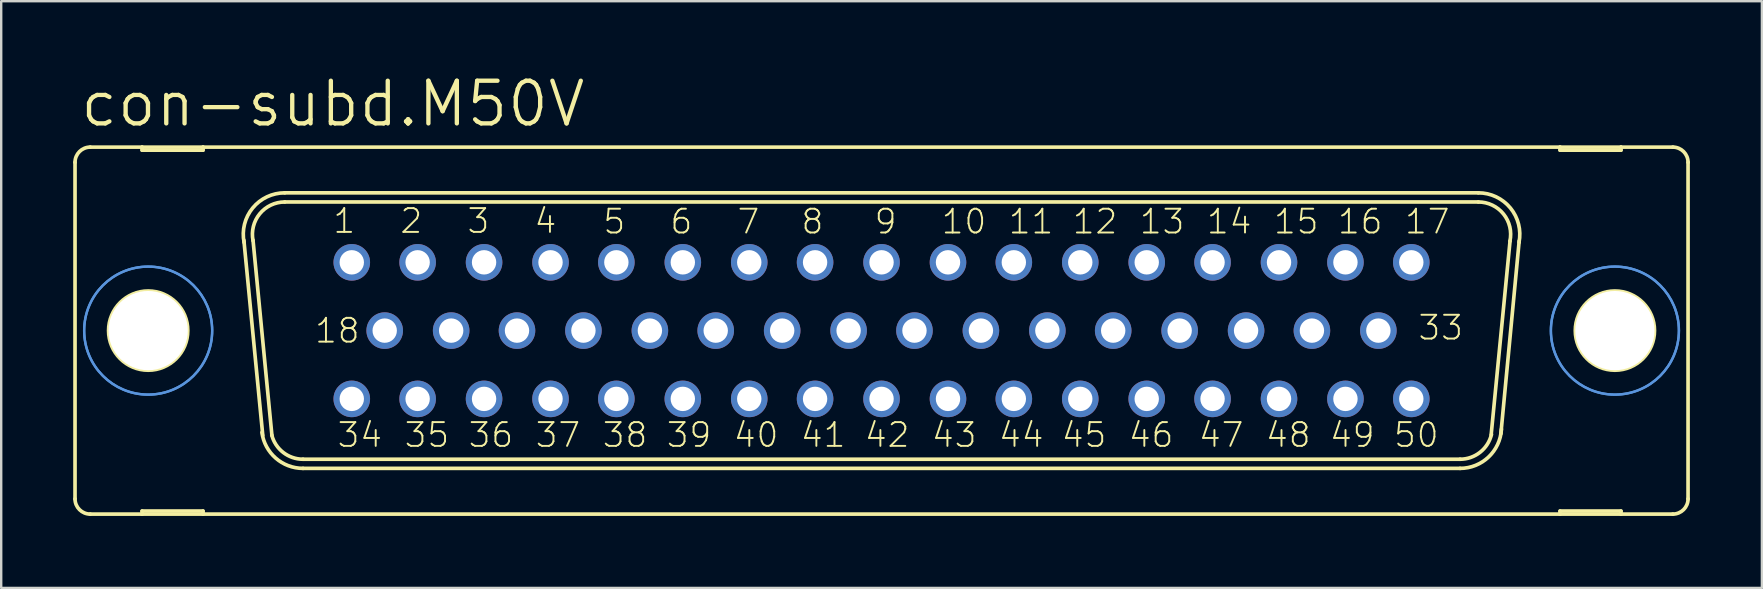
<source format=kicad_pcb>
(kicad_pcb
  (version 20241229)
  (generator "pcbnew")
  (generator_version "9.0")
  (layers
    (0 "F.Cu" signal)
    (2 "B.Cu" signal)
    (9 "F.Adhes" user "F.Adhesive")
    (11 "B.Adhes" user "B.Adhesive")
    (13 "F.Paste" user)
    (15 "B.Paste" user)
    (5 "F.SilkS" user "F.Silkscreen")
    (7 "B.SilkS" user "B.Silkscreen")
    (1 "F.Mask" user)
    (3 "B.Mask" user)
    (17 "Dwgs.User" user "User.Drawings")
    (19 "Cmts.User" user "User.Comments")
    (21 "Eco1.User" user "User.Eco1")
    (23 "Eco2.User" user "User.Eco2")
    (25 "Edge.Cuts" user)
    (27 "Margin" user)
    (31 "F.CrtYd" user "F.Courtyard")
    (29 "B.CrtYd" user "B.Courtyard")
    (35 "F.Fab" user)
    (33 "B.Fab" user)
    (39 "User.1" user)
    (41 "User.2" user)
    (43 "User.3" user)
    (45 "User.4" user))
  (footprint "con-subd.M50V"
    (layer "F.Cu")
    (at 33.68 10.725)
    (property "Reference" "con-subd.M50V" (at -33.477 -8.407 0) (layer "F.SilkS") (effects (font (size 1.778 1.778) (thickness 0.18)) (justify left bottom)))
    (attr through_hole)
    (fp_line (start -33.604 -7.01) (end -33.604 7.01) (stroke (width 0.152) (type default)) (layer "F.SilkS"))
    (fp_line (start -32.969 7.645) (end -30.81 7.645) (stroke (width 0.152) (type default)) (layer "F.SilkS"))
    (fp_line (start -30.81 -7.645) (end -32.969 -7.645) (stroke (width 0.152) (type default)) (layer "F.SilkS"))
    (fp_line (start -30.81 -7.645) (end -30.81 -7.518) (stroke (width 0.152) (type default)) (layer "F.SilkS"))
    (fp_line (start -30.81 -7.518) (end -28.27 -7.518) (stroke (width 0.152) (type default)) (layer "F.SilkS"))
    (fp_line (start -30.81 7.518) (end -28.27 7.518) (stroke (width 0.152) (type default)) (layer "F.SilkS"))
    (fp_line (start -30.81 7.645) (end -30.81 7.518) (stroke (width 0.152) (type default)) (layer "F.SilkS"))
    (fp_line (start -30.81 7.645) (end -28.27 7.645) (stroke (width 0.152) (type default)) (layer "F.SilkS"))
    (fp_line (start -28.27 -7.645) (end -30.81 -7.645) (stroke (width 0.152) (type default)) (layer "F.SilkS"))
    (fp_line (start -28.27 -7.518) (end -28.27 -7.645) (stroke (width 0.152) (type default)) (layer "F.SilkS"))
    (fp_line (start -28.27 7.518) (end -28.27 7.645) (stroke (width 0.152) (type default)) (layer "F.SilkS"))
    (fp_line (start -28.27 7.645) (end 28.27 7.645) (stroke (width 0.152) (type default)) (layer "F.SilkS"))
    (fp_line (start -25.781 4.369) (end -26.568 -3.759) (stroke (width 0.152) (type default)) (layer "F.SilkS"))
    (fp_line (start -25.4 4.369) (end -26.187 -3.759) (stroke (width 0.152) (type default)) (layer "F.SilkS"))
    (fp_line (start -24.867 -5.74) (end 24.867 -5.74) (stroke (width 0.152) (type default)) (layer "F.SilkS"))
    (fp_line (start -24.867 -5.359) (end 24.867 -5.359) (stroke (width 0.152) (type default)) (layer "F.SilkS"))
    (fp_line (start -24.105 5.359) (end 24.105 5.359) (stroke (width 0.152) (type default)) (layer "F.SilkS"))
    (fp_line (start -24.105 5.74) (end 24.105 5.74) (stroke (width 0.152) (type default)) (layer "F.SilkS"))
    (fp_line (start 26.187 -3.734) (end 25.4 4.343) (stroke (width 0.152) (type default)) (layer "F.SilkS"))
    (fp_line (start 26.568 -3.734) (end 25.806 4.293) (stroke (width 0.152) (type default)) (layer "F.SilkS"))
    (fp_line (start 28.27 -7.645) (end -28.27 -7.645) (stroke (width 0.152) (type default)) (layer "F.SilkS"))
    (fp_line (start 28.27 -7.645) (end 28.27 -7.518) (stroke (width 0.152) (type default)) (layer "F.SilkS"))
    (fp_line (start 28.27 -7.518) (end 30.81 -7.518) (stroke (width 0.152) (type default)) (layer "F.SilkS"))
    (fp_line (start 28.27 7.518) (end 30.81 7.518) (stroke (width 0.152) (type default)) (layer "F.SilkS"))
    (fp_line (start 28.27 7.645) (end 28.27 7.518) (stroke (width 0.152) (type default)) (layer "F.SilkS"))
    (fp_line (start 28.27 7.645) (end 30.81 7.645) (stroke (width 0.152) (type default)) (layer "F.SilkS"))
    (fp_line (start 30.81 -7.645) (end 28.27 -7.645) (stroke (width 0.152) (type default)) (layer "F.SilkS"))
    (fp_line (start 30.81 -7.518) (end 30.81 -7.645) (stroke (width 0.152) (type default)) (layer "F.SilkS"))
    (fp_line (start 30.81 7.518) (end 30.81 7.645) (stroke (width 0.152) (type default)) (layer "F.SilkS"))
    (fp_line (start 30.81 7.645) (end 32.969 7.645) (stroke (width 0.152) (type default)) (layer "F.SilkS"))
    (fp_line (start 32.969 -7.645) (end 30.81 -7.645) (stroke (width 0.152) (type default)) (layer "F.SilkS"))
    (fp_line (start 33.604 -7.01) (end 33.604 7.01) (stroke (width 0.152) (type default)) (layer "F.SilkS"))
    (fp_arc (start -33.6042 -7.0104) (mid -33.418213 -7.459413) (end -32.9692 -7.6454) (stroke (width 0.1524) (type default)) (layer "F.SilkS"))
    (fp_arc (start -32.9692 7.6454) (mid -33.418213 7.459413) (end -33.6042 7.0104) (stroke (width 0.1524) (type default)) (layer "F.SilkS"))
    (fp_arc (start -26.5603 -3.6745) (mid -26.202317 -5.108241) (end -24.8666 -5.7404) (stroke (width 0.1524) (type default)) (layer "F.SilkS"))
    (fp_arc (start -26.1867 -3.7492) (mid -25.907682 -4.866684) (end -24.8666 -5.3594) (stroke (width 0.1524) (type default)) (layer "F.SilkS"))
    (fp_arc (start -24.1046 5.3594) (mid -24.9281 5.078146) (end -25.4075 4.3519) (stroke (width 0.1524) (type default)) (layer "F.SilkS"))
    (fp_arc (start -24.1046 5.7404) (mid -25.242311 5.312712) (end -25.8166 4.2415) (stroke (width 0.1524) (type default)) (layer "F.SilkS"))
    (fp_arc (start 24.8666 -5.7404) (mid 26.202412 -5.108267) (end 26.5606 -3.6745) (stroke (width 0.1524) (type default)) (layer "F.SilkS"))
    (fp_arc (start 24.8666 -5.3594) (mid 25.915156 -4.857584) (end 26.1821 -3.7262) (stroke (width 0.1524) (type default)) (layer "F.SilkS"))
    (fp_arc (start 25.4133 4.3274) (mid 24.937856 5.070274) (end 24.1046 5.3594) (stroke (width 0.1524) (type default)) (layer "F.SilkS"))
    (fp_arc (start 25.8289 4.1073) (mid 25.291966 5.267228) (end 24.1046 5.7404) (stroke (width 0.1524) (type default)) (layer "F.SilkS"))
    (fp_arc (start 32.9692 -7.6454) (mid 33.418213 -7.459413) (end 33.6042 -7.0104) (stroke (width 0.1524) (type default)) (layer "F.SilkS"))
    (fp_arc (start 33.6042 7.0104) (mid 33.418213 7.459413) (end 32.9692 7.6454) (stroke (width 0.1524) (type default)) (layer "F.SilkS"))
    (fp_circle (center -30.556 0) (end -28.905 0) (stroke (width 0.152) (type default)) (fill no) (layer "F.SilkS"))
    (fp_circle (center 30.556 0) (end 32.207 0) (stroke (width 0.152) (type default)) (fill no) (layer "F.SilkS"))
    (fp_circle (center -30.556 0) (end -27.889 0) (stroke (width 0.1) (type default)) (fill no) (layer "Cmts.User"))
    (fp_circle (center -30.556 0) (end -27.889 0) (stroke (width 0.1) (type default)) (fill no) (layer "Cmts.User"))
    (fp_circle (center 30.556 0) (end 33.223 0) (stroke (width 0.1) (type default)) (fill no) (layer "Cmts.User"))
    (fp_circle (center 30.556 0) (end 33.223 0) (stroke (width 0.1) (type default)) (fill no) (layer "Cmts.User"))
    (fp_circle (center -22.073 -2.845) (end -21.819 -2.845) (stroke (width 0.406) (type default)) (fill no) (layer "F.Fab"))
    (fp_circle (center -22.073 2.845) (end -21.819 2.845) (stroke (width 0.406) (type default)) (fill no) (layer "F.Fab"))
    (fp_circle (center -20.701 0) (end -20.447 0) (stroke (width 0.406) (type default)) (fill no) (layer "F.Fab"))
    (fp_circle (center -19.329 -2.845) (end -19.075 -2.845) (stroke (width 0.406) (type default)) (fill no) (layer "F.Fab"))
    (fp_circle (center -19.329 2.845) (end -19.075 2.845) (stroke (width 0.406) (type default)) (fill no) (layer "F.Fab"))
    (fp_circle (center -17.932 0) (end -17.678 0) (stroke (width 0.406) (type default)) (fill no) (layer "F.Fab"))
    (fp_circle (center -16.561 -2.845) (end -16.307 -2.845) (stroke (width 0.406) (type default)) (fill no) (layer "F.Fab"))
    (fp_circle (center -16.561 2.845) (end -16.307 2.845) (stroke (width 0.406) (type default)) (fill no) (layer "F.Fab"))
    (fp_circle (center -15.189 0) (end -14.935 0) (stroke (width 0.406) (type default)) (fill no) (layer "F.Fab"))
    (fp_circle (center -13.792 -2.845) (end -13.538 -2.845) (stroke (width 0.406) (type default)) (fill no) (layer "F.Fab"))
    (fp_circle (center -13.792 2.845) (end -13.538 2.845) (stroke (width 0.406) (type default)) (fill no) (layer "F.Fab"))
    (fp_circle (center -12.421 0) (end -12.167 0) (stroke (width 0.406) (type default)) (fill no) (layer "F.Fab"))
    (fp_circle (center -11.049 -2.845) (end -10.795 -2.845) (stroke (width 0.406) (type default)) (fill no) (layer "F.Fab"))
    (fp_circle (center -11.049 2.845) (end -10.795 2.845) (stroke (width 0.406) (type default)) (fill no) (layer "F.Fab"))
    (fp_circle (center -9.652 0) (end -9.398 0) (stroke (width 0.406) (type default)) (fill no) (layer "F.Fab"))
    (fp_circle (center -8.28 -2.845) (end -8.026 -2.845) (stroke (width 0.406) (type default)) (fill no) (layer "F.Fab"))
    (fp_circle (center -8.28 2.845) (end -8.026 2.845) (stroke (width 0.406) (type default)) (fill no) (layer "F.Fab"))
    (fp_circle (center -6.909 0) (end -6.655 0) (stroke (width 0.406) (type default)) (fill no) (layer "F.Fab"))
    (fp_circle (center -5.512 -2.845) (end -5.258 -2.845) (stroke (width 0.406) (type default)) (fill no) (layer "F.Fab"))
    (fp_circle (center -5.512 2.845) (end -5.258 2.845) (stroke (width 0.406) (type default)) (fill no) (layer "F.Fab"))
    (fp_circle (center -4.14 0) (end -3.886 0) (stroke (width 0.406) (type default)) (fill no) (layer "F.Fab"))
    (fp_circle (center -2.769 -2.845) (end -2.515 -2.845) (stroke (width 0.406) (type default)) (fill no) (layer "F.Fab"))
    (fp_circle (center -2.769 2.845) (end -2.515 2.845) (stroke (width 0.406) (type default)) (fill no) (layer "F.Fab"))
    (fp_circle (center -1.372 0) (end -1.118 0) (stroke (width 0.406) (type default)) (fill no) (layer "F.Fab"))
    (fp_circle (center 0 -2.845) (end 0.254 -2.845) (stroke (width 0.406) (type default)) (fill no) (layer "F.Fab"))
    (fp_circle (center 0 2.845) (end 0.254 2.845) (stroke (width 0.406) (type default)) (fill no) (layer "F.Fab"))
    (fp_circle (center 1.372 0) (end 1.626 0) (stroke (width 0.406) (type default)) (fill no) (layer "F.Fab"))
    (fp_circle (center 2.769 -2.845) (end 3.023 -2.845) (stroke (width 0.406) (type default)) (fill no) (layer "F.Fab"))
    (fp_circle (center 2.769 2.845) (end 3.023 2.845) (stroke (width 0.406) (type default)) (fill no) (layer "F.Fab"))
    (fp_circle (center 4.14 0) (end 4.394 0) (stroke (width 0.406) (type default)) (fill no) (layer "F.Fab"))
    (fp_circle (center 5.512 -2.845) (end 5.766 -2.845) (stroke (width 0.406) (type default)) (fill no) (layer "F.Fab"))
    (fp_circle (center 5.512 2.845) (end 5.766 2.845) (stroke (width 0.406) (type default)) (fill no) (layer "F.Fab"))
    (fp_circle (center 6.909 0) (end 7.163 0) (stroke (width 0.406) (type default)) (fill no) (layer "F.Fab"))
    (fp_circle (center 8.28 -2.845) (end 8.534 -2.845) (stroke (width 0.406) (type default)) (fill no) (layer "F.Fab"))
    (fp_circle (center 8.28 2.845) (end 8.534 2.845) (stroke (width 0.406) (type default)) (fill no) (layer "F.Fab"))
    (fp_circle (center 9.652 0) (end 9.906 0) (stroke (width 0.406) (type default)) (fill no) (layer "F.Fab"))
    (fp_circle (center 11.049 -2.845) (end 11.303 -2.845) (stroke (width 0.406) (type default)) (fill no) (layer "F.Fab"))
    (fp_circle (center 11.049 2.845) (end 11.303 2.845) (stroke (width 0.406) (type default)) (fill no) (layer "F.Fab"))
    (fp_circle (center 12.421 0) (end 12.675 0) (stroke (width 0.406) (type default)) (fill no) (layer "F.Fab"))
    (fp_circle (center 13.792 -2.845) (end 14.046 -2.845) (stroke (width 0.406) (type default)) (fill no) (layer "F.Fab"))
    (fp_circle (center 13.792 2.845) (end 14.046 2.845) (stroke (width 0.406) (type default)) (fill no) (layer "F.Fab"))
    (fp_circle (center 15.189 0) (end 15.443 0) (stroke (width 0.406) (type default)) (fill no) (layer "F.Fab"))
    (fp_circle (center 16.561 -2.845) (end 16.815 -2.845) (stroke (width 0.406) (type default)) (fill no) (layer "F.Fab"))
    (fp_circle (center 16.561 2.845) (end 16.815 2.845) (stroke (width 0.406) (type default)) (fill no) (layer "F.Fab"))
    (fp_circle (center 17.932 0) (end 18.186 0) (stroke (width 0.406) (type default)) (fill no) (layer "F.Fab"))
    (fp_circle (center 19.329 -2.845) (end 19.583 -2.845) (stroke (width 0.406) (type default)) (fill no) (layer "F.Fab"))
    (fp_circle (center 19.329 2.845) (end 19.583 2.845) (stroke (width 0.406) (type default)) (fill no) (layer "F.Fab"))
    (fp_circle (center 20.701 0) (end 20.955 0) (stroke (width 0.406) (type default)) (fill no) (layer "F.Fab"))
    (fp_circle (center 22.073 -2.845) (end 22.327 -2.845) (stroke (width 0.406) (type default)) (fill no) (layer "F.Fab"))
    (fp_circle (center 22.073 2.845) (end 22.327 2.845) (stroke (width 0.406) (type default)) (fill no) (layer "F.Fab"))
    (fp_text user "50" (at 21.285 4.928 0) (layer "F.SilkS") (effects (font (size 0.991 0.991) (thickness 0.08)) (justify left bottom)))
    (fp_text user "18" (at -23.673 0.584 0) (layer "F.SilkS") (effects (font (size 0.991 0.991) (thickness 0.08)) (justify left bottom)))
    (fp_text user "9" (at -0.356 -3.962 0) (layer "F.SilkS") (effects (font (size 0.991 0.991) (thickness 0.08)) (justify left bottom)))
    (fp_text user "2" (at -20.117 -3.988 0) (layer "F.SilkS") (effects (font (size 0.991 0.991) (thickness 0.08)) (justify left bottom)))
    (fp_text user "43" (at 2.032 4.928 0) (layer "F.SilkS") (effects (font (size 0.991 0.991) (thickness 0.08)) (justify left bottom)))
    (fp_text user "35" (at -19.939 4.928 0) (layer "F.SilkS") (effects (font (size 0.991 0.991) (thickness 0.08)) (justify left bottom)))
    (fp_text user "6" (at -8.865 -3.962 0) (layer "F.SilkS") (effects (font (size 0.991 0.991) (thickness 0.08)) (justify left bottom)))
    (fp_text user "11" (at 5.232 -3.962 0) (layer "F.SilkS") (effects (font (size 0.991 0.991) (thickness 0.08)) (justify left bottom)))
    (fp_text user "14" (at 13.487 -3.962 0) (layer "F.SilkS") (effects (font (size 0.991 0.991) (thickness 0.08)) (justify left bottom)))
    (fp_text user "16" (at 18.948 -3.962 0) (layer "F.SilkS") (effects (font (size 0.991 0.991) (thickness 0.08)) (justify left bottom)))
    (fp_text user "41" (at -3.429 4.928 0) (layer "F.SilkS") (effects (font (size 0.991 0.991) (thickness 0.08)) (justify left bottom)))
    (fp_text user "49" (at 18.618 4.928 0) (layer "F.SilkS") (effects (font (size 0.991 0.991) (thickness 0.08)) (justify left bottom)))
    (fp_text user "5" (at -11.659 -3.962 0) (layer "F.SilkS") (effects (font (size 0.991 0.991) (thickness 0.08)) (justify left bottom)))
    (fp_text user "12" (at 7.899 -3.962 0) (layer "F.SilkS") (effects (font (size 0.991 0.991) (thickness 0.08)) (justify left bottom)))
    (fp_text user "4" (at -14.529 -3.988 0) (layer "F.SilkS") (effects (font (size 0.991 0.991) (thickness 0.08)) (justify left bottom)))
    (fp_text user "38" (at -11.684 4.928 0) (layer "F.SilkS") (effects (font (size 0.991 0.991) (thickness 0.08)) (justify left bottom)))
    (fp_text user "3" (at -17.323 -3.988 0) (layer "F.SilkS") (effects (font (size 0.991 0.991) (thickness 0.08)) (justify left bottom)))
    (fp_text user "17" (at 21.742 -3.962 0) (layer "F.SilkS") (effects (font (size 0.991 0.991) (thickness 0.08)) (justify left bottom)))
    (fp_text user "46" (at 10.236 4.928 0) (layer "F.SilkS") (effects (font (size 0.991 0.991) (thickness 0.08)) (justify left bottom)))
    (fp_text user "48" (at 15.951 4.928 0) (layer "F.SilkS") (effects (font (size 0.991 0.991) (thickness 0.08)) (justify left bottom)))
    (fp_text user "13" (at 10.693 -3.962 0) (layer "F.SilkS") (effects (font (size 0.991 0.991) (thickness 0.08)) (justify left bottom)))
    (fp_text user "34" (at -22.733 4.928 0) (layer "F.SilkS") (effects (font (size 0.991 0.991) (thickness 0.08)) (justify left bottom)))
    (fp_text user "10" (at 2.438 -3.962 0) (layer "F.SilkS") (effects (font (size 0.991 0.991) (thickness 0.08)) (justify left bottom)))
    (fp_text user "36" (at -17.272 4.928 0) (layer "F.SilkS") (effects (font (size 0.991 0.991) (thickness 0.08)) (justify left bottom)))
    (fp_text user "1" (at -22.911 -3.988 0) (layer "F.SilkS") (effects (font (size 0.991 0.991) (thickness 0.08)) (justify left bottom)))
    (fp_text user "39" (at -9.017 4.928 0) (layer "F.SilkS") (effects (font (size 0.991 0.991) (thickness 0.08)) (justify left bottom)))
    (fp_text user "44" (at 4.826 4.928 0) (layer "F.SilkS") (effects (font (size 0.991 0.991) (thickness 0.08)) (justify left bottom)))
    (fp_text user "45" (at 7.442 4.928 0) (layer "F.SilkS") (effects (font (size 0.991 0.991) (thickness 0.08)) (justify left bottom)))
    (fp_text user "7" (at -6.071 -3.962 0) (layer "F.SilkS") (effects (font (size 0.991 0.991) (thickness 0.08)) (justify left bottom)))
    (fp_text user "47" (at 13.157 4.928 0) (layer "F.SilkS") (effects (font (size 0.991 0.991) (thickness 0.08)) (justify left bottom)))
    (fp_text user "42" (at -0.762 4.928 0) (layer "F.SilkS") (effects (font (size 0.991 0.991) (thickness 0.08)) (justify left bottom)))
    (fp_text user "33" (at 22.301 0.457 0) (layer "F.SilkS") (effects (font (size 0.991 0.991) (thickness 0.08)) (justify left bottom)))
    (fp_text user "8" (at -3.404 -3.962 0) (layer "F.SilkS") (effects (font (size 0.991 0.991) (thickness 0.08)) (justify left bottom)))
    (fp_text user "40" (at -6.223 4.928 0) (layer "F.SilkS") (effects (font (size 0.991 0.991) (thickness 0.08)) (justify left bottom)))
    (fp_text user "15" (at 16.281 -3.962 0) (layer "F.SilkS") (effects (font (size 0.991 0.991) (thickness 0.08)) (justify left bottom)))
    (fp_text user "37" (at -14.478 4.928 0) (layer "F.SilkS") (effects (font (size 0.991 0.991) (thickness 0.08)) (justify left bottom)))
    (pad "" np_thru_hole circle (at -30.556 0) (size 3.302 3.302) (drill 3.302) (layers "*.Cu" "*.Mask"))
    (pad "" np_thru_hole circle (at 30.556 0) (size 3.302 3.302) (drill 3.302) (layers "*.Cu" "*.Mask"))
    (pad "1" thru_hole circle (at -22.073 -2.845) (size 1.524 1.524) (drill 1.016) (layers "*.Cu" "*.Mask"))
    (pad "2" thru_hole circle (at -19.329 -2.845) (size 1.524 1.524) (drill 1.016) (layers "*.Cu" "*.Mask"))
    (pad "3" thru_hole circle (at -16.561 -2.845) (size 1.524 1.524) (drill 1.016) (layers "*.Cu" "*.Mask"))
    (pad "4" thru_hole circle (at -13.792 -2.845) (size 1.524 1.524) (drill 1.016) (layers "*.Cu" "*.Mask"))
    (pad "5" thru_hole circle (at -11.049 -2.845) (size 1.524 1.524) (drill 1.016) (layers "*.Cu" "*.Mask"))
    (pad "6" thru_hole circle (at -8.28 -2.845) (size 1.524 1.524) (drill 1.016) (layers "*.Cu" "*.Mask"))
    (pad "7" thru_hole circle (at -5.512 -2.845) (size 1.524 1.524) (drill 1.016) (layers "*.Cu" "*.Mask"))
    (pad "8" thru_hole circle (at -2.769 -2.845) (size 1.524 1.524) (drill 1.016) (layers "*.Cu" "*.Mask"))
    (pad "9" thru_hole circle (at 0 -2.845) (size 1.524 1.524) (drill 1.016) (layers "*.Cu" "*.Mask"))
    (pad "10" thru_hole circle (at 2.769 -2.845) (size 1.524 1.524) (drill 1.016) (layers "*.Cu" "*.Mask"))
    (pad "11" thru_hole circle (at 5.512 -2.845) (size 1.524 1.524) (drill 1.016) (layers "*.Cu" "*.Mask"))
    (pad "12" thru_hole circle (at 8.28 -2.845) (size 1.524 1.524) (drill 1.016) (layers "*.Cu" "*.Mask"))
    (pad "13" thru_hole circle (at 11.049 -2.845) (size 1.524 1.524) (drill 1.016) (layers "*.Cu" "*.Mask"))
    (pad "14" thru_hole circle (at 13.792 -2.845) (size 1.524 1.524) (drill 1.016) (layers "*.Cu" "*.Mask"))
    (pad "15" thru_hole circle (at 16.561 -2.845) (size 1.524 1.524) (drill 1.016) (layers "*.Cu" "*.Mask"))
    (pad "16" thru_hole circle (at 19.329 -2.845) (size 1.524 1.524) (drill 1.016) (layers "*.Cu" "*.Mask"))
    (pad "17" thru_hole circle (at 22.073 -2.845) (size 1.524 1.524) (drill 1.016) (layers "*.Cu" "*.Mask"))
    (pad "18" thru_hole circle (at -20.701 0) (size 1.524 1.524) (drill 1.016) (layers "*.Cu" "*.Mask"))
    (pad "19" thru_hole circle (at -17.932 0) (size 1.524 1.524) (drill 1.016) (layers "*.Cu" "*.Mask"))
    (pad "20" thru_hole circle (at -15.189 0) (size 1.524 1.524) (drill 1.016) (layers "*.Cu" "*.Mask"))
    (pad "21" thru_hole circle (at -12.421 0) (size 1.524 1.524) (drill 1.016) (layers "*.Cu" "*.Mask"))
    (pad "22" thru_hole circle (at -9.652 0) (size 1.524 1.524) (drill 1.016) (layers "*.Cu" "*.Mask"))
    (pad "23" thru_hole circle (at -6.909 0) (size 1.524 1.524) (drill 1.016) (layers "*.Cu" "*.Mask"))
    (pad "24" thru_hole circle (at -4.14 0) (size 1.524 1.524) (drill 1.016) (layers "*.Cu" "*.Mask"))
    (pad "25" thru_hole circle (at -1.372 0) (size 1.524 1.524) (drill 1.016) (layers "*.Cu" "*.Mask"))
    (pad "26" thru_hole circle (at 1.372 0) (size 1.524 1.524) (drill 1.016) (layers "*.Cu" "*.Mask"))
    (pad "27" thru_hole circle (at 4.14 0) (size 1.524 1.524) (drill 1.016) (layers "*.Cu" "*.Mask"))
    (pad "28" thru_hole circle (at 6.909 0) (size 1.524 1.524) (drill 1.016) (layers "*.Cu" "*.Mask"))
    (pad "29" thru_hole circle (at 9.652 0) (size 1.524 1.524) (drill 1.016) (layers "*.Cu" "*.Mask"))
    (pad "30" thru_hole circle (at 12.421 0) (size 1.524 1.524) (drill 1.016) (layers "*.Cu" "*.Mask"))
    (pad "31" thru_hole circle (at 15.189 0) (size 1.524 1.524) (drill 1.016) (layers "*.Cu" "*.Mask"))
    (pad "32" thru_hole circle (at 17.932 0) (size 1.524 1.524) (drill 1.016) (layers "*.Cu" "*.Mask"))
    (pad "33" thru_hole circle (at 20.701 0) (size 1.524 1.524) (drill 1.016) (layers "*.Cu" "*.Mask"))
    (pad "34" thru_hole circle (at -22.073 2.845) (size 1.524 1.524) (drill 1.016) (layers "*.Cu" "*.Mask"))
    (pad "35" thru_hole circle (at -19.329 2.845) (size 1.524 1.524) (drill 1.016) (layers "*.Cu" "*.Mask"))
    (pad "36" thru_hole circle (at -16.561 2.845) (size 1.524 1.524) (drill 1.016) (layers "*.Cu" "*.Mask"))
    (pad "37" thru_hole circle (at -13.792 2.845) (size 1.524 1.524) (drill 1.016) (layers "*.Cu" "*.Mask"))
    (pad "38" thru_hole circle (at -11.049 2.845) (size 1.524 1.524) (drill 1.016) (layers "*.Cu" "*.Mask"))
    (pad "39" thru_hole circle (at -8.28 2.845) (size 1.524 1.524) (drill 1.016) (layers "*.Cu" "*.Mask"))
    (pad "40" thru_hole circle (at -5.512 2.845) (size 1.524 1.524) (drill 1.016) (layers "*.Cu" "*.Mask"))
    (pad "41" thru_hole circle (at -2.769 2.845) (size 1.524 1.524) (drill 1.016) (layers "*.Cu" "*.Mask"))
    (pad "42" thru_hole circle (at 0 2.845) (size 1.524 1.524) (drill 1.016) (layers "*.Cu" "*.Mask"))
    (pad "43" thru_hole circle (at 2.769 2.845) (size 1.524 1.524) (drill 1.016) (layers "*.Cu" "*.Mask"))
    (pad "44" thru_hole circle (at 5.512 2.845) (size 1.524 1.524) (drill 1.016) (layers "*.Cu" "*.Mask"))
    (pad "45" thru_hole circle (at 8.28 2.845) (size 1.524 1.524) (drill 1.016) (layers "*.Cu" "*.Mask"))
    (pad "46" thru_hole circle (at 11.049 2.845) (size 1.524 1.524) (drill 1.016) (layers "*.Cu" "*.Mask"))
    (pad "47" thru_hole circle (at 13.792 2.845) (size 1.524 1.524) (drill 1.016) (layers "*.Cu" "*.Mask"))
    (pad "48" thru_hole circle (at 16.561 2.845) (size 1.524 1.524) (drill 1.016) (layers "*.Cu" "*.Mask"))
    (pad "49" thru_hole circle (at 19.329 2.845) (size 1.524 1.524) (drill 1.016) (layers "*.Cu" "*.Mask"))
    (pad "50" thru_hole circle (at 22.073 2.845) (size 1.524 1.524) (drill 1.016) (layers "*.Cu" "*.Mask")))
  (gr_rect
    (start -3 -3)
    (end 70.361 21.447)
    (stroke (width 0.1) (type default))
    (fill no)
    (layer "Edge.Cuts")))
</source>
